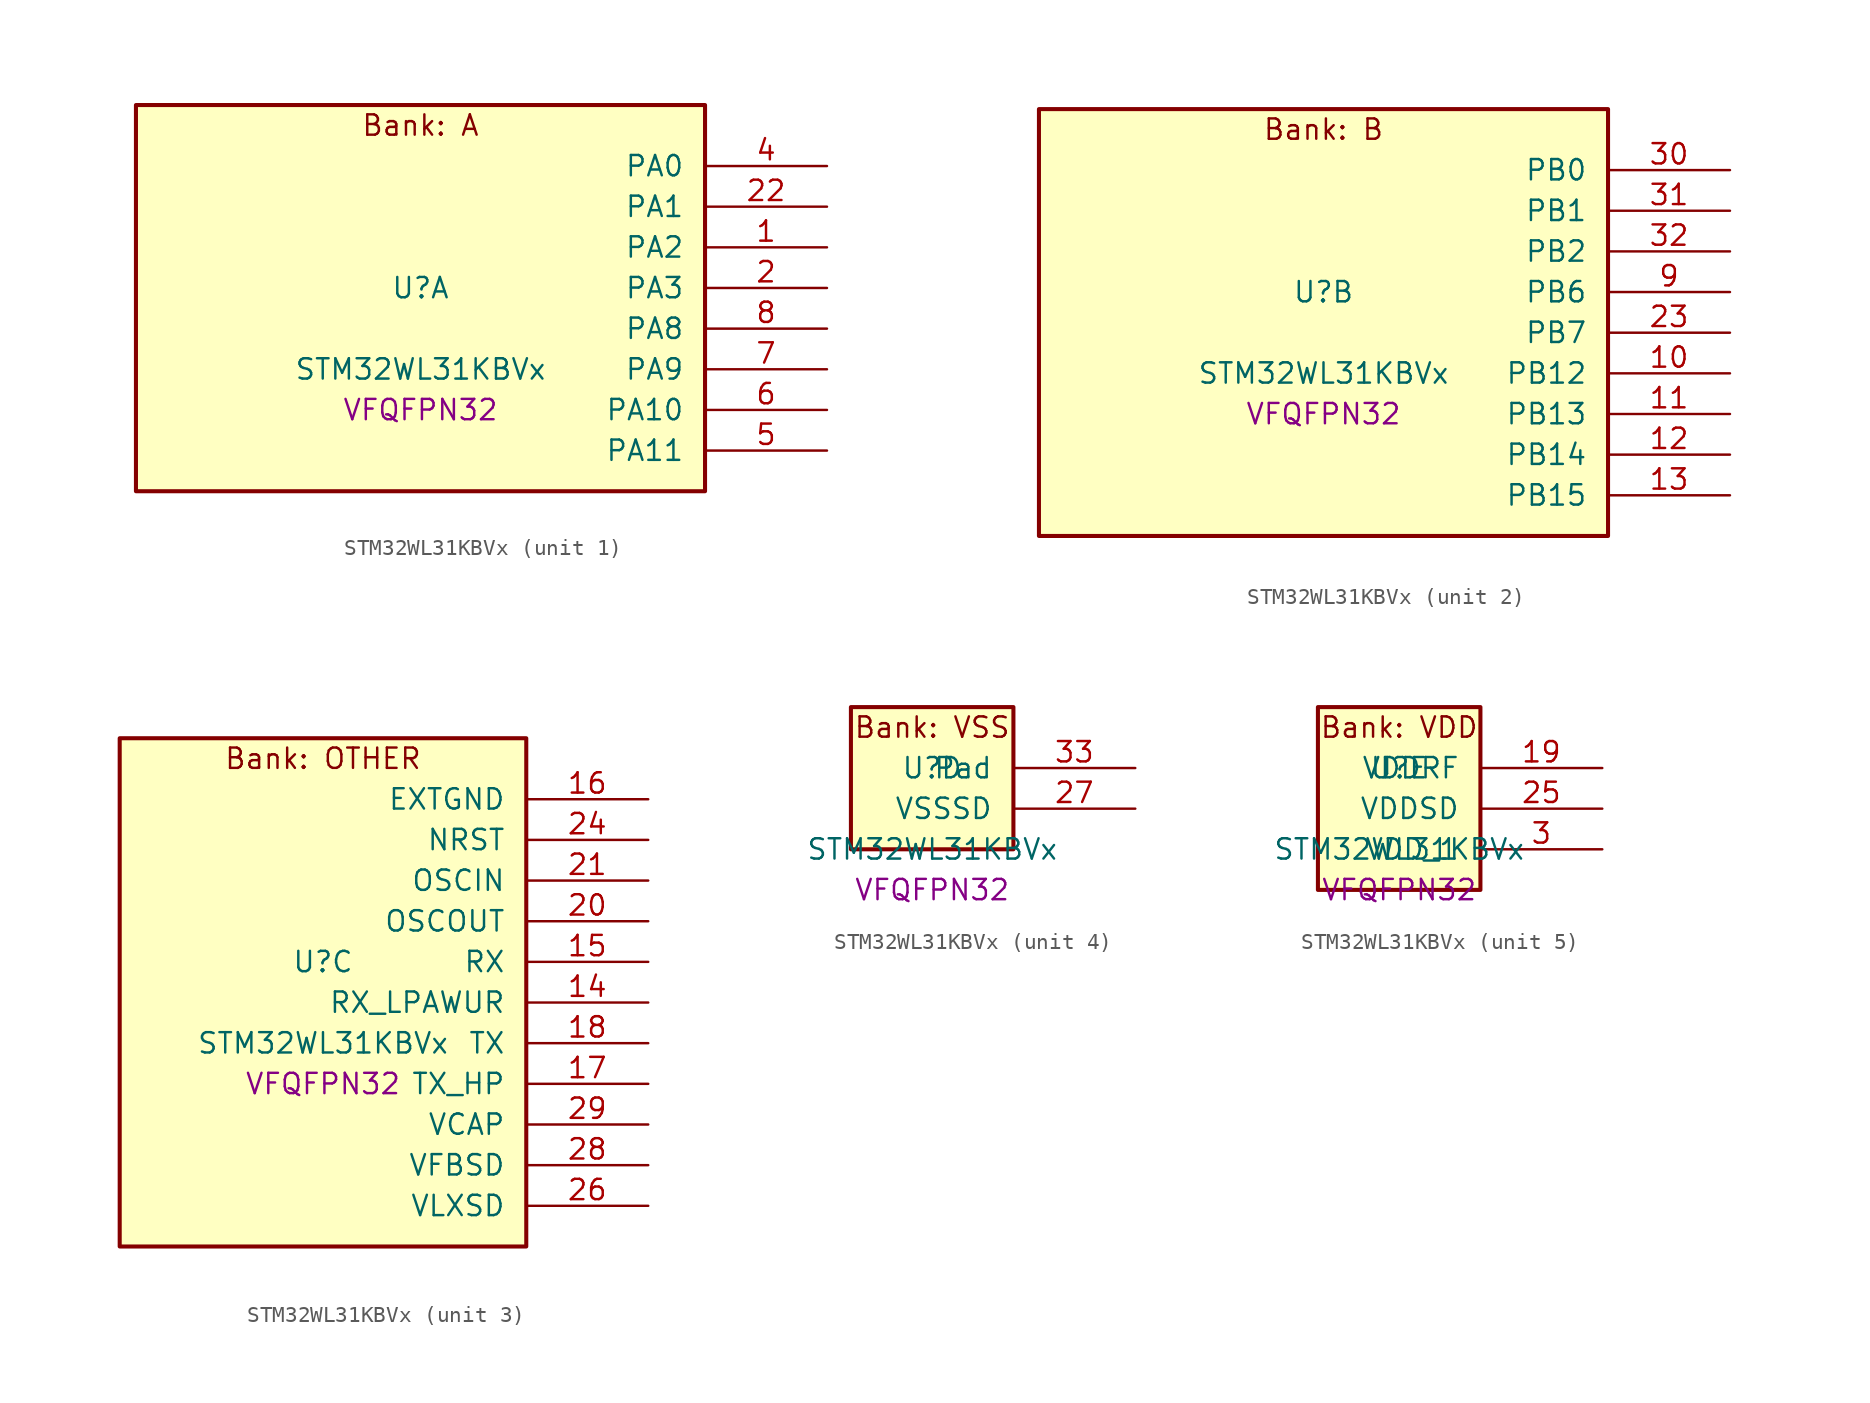
<source format=kicad_sym>
(kicad_symbol_lib
  (version 20241209)
  (generator "stm32_pkl_generator")
  (generator_version "1.0")
  (symbol "STM32WL31KBVx"
    (pin_names
      (offset 1.27))
    (property "Reference" "U"
      (at 0 2.54 0))
    (property "Value" "STM32WL31KBVx"
      (at 0 -2.54 0))
    (property "Footprint" "VFQFPN32"
      (at 0 -5.08 0))
    (symbol "STM32WL31KBVx_1_1"
      (rectangle (start -17.78 13.97) (end 17.78 -10.16) (stroke (width 0.254) (type solid)) (fill (type background)))
      (text "Bank: A" (at 0 12.7 0))
      (pin bidirectional line (at 25.4 10.16 180) (length 7.62) (name "PA0") (number "4") (alternate "PA0/I2C1_SCL" bidirectional line) (alternate "PA0/PWR_WKUP12" bidirectional line) (alternate "PA0/TIM2_CH3" bidirectional line) (alternate "PA0/USART1_CTS" bidirectional line))
      (pin bidirectional line (at 25.4 7.62 180) (length 7.62) (name "PA1") (number "22") (alternate "PA1/I2C1_SDA" bidirectional line) (alternate "PA1/PWR_WKUP13" bidirectional line) (alternate "PA1/TIM16_BRK" bidirectional line) (alternate "PA1/TIM2_CH4" bidirectional line) (alternate "PA1/USART1_TX" bidirectional line))
      (pin bidirectional line (at 25.4 5.08 180) (length 7.62) (name "PA2") (number "1") (alternate "PA2/ADC1_VINM2" bidirectional line) (alternate "PA2/DEBUG_SWDIO" bidirectional line) (alternate "PA2/PWR_WKUP14" bidirectional line) (alternate "PA2/TIM16_CH1" bidirectional line) (alternate "PA2/TIM2_CH1" bidirectional line) (alternate "PA2/USART1_CK" bidirectional line))
      (pin bidirectional line (at 25.4 2.54 180) (length 7.62) (name "PA3") (number "2") (alternate "PA3/ADC1_VINP2" bidirectional line) (alternate "PA3/DEBUG_SWCLK" bidirectional line) (alternate "PA3/PWR_WKUP15" bidirectional line) (alternate "PA3/SPI3_SCK" bidirectional line) (alternate "PA3/TIM16_CH1N" bidirectional line) (alternate "PA3/TIM2_CH2" bidirectional line) (alternate "PA3/USART1_DE" bidirectional line) (alternate "PA3/USART1_RTS" bidirectional line))
      (pin bidirectional line (at 25.4 0 180) (length 7.62) (name "PA8") (number "8") (alternate "PA8/MRSUBG_RX_SEQUENCE" bidirectional line) (alternate "PA8/PWR_WKUP8" bidirectional line) (alternate "PA8/RTC_OUT" bidirectional line) (alternate "PA8/RTC_TAMP1" bidirectional line) (alternate "PA8/RTC_TS" bidirectional line) (alternate "PA8/SPI3_MISO" bidirectional line) (alternate "PA8/TIM2_CH3" bidirectional line) (alternate "PA8/USART1_RX" bidirectional line))
      (pin bidirectional line (at 25.4 -2.54 180) (length 7.62) (name "PA9") (number "7") (alternate "PA9/PWR_WKUP9" bidirectional line) (alternate "PA9/RTC_OUT" bidirectional line) (alternate "PA9/SPI3_NSS" bidirectional line) (alternate "PA9/TIM2_CH4" bidirectional line) (alternate "PA9/USART1_TX" bidirectional line))
      (pin bidirectional line (at 25.4 -5.08 180) (length 7.62) (name "PA10") (number "6") (alternate "PA10/LPUART1_CTS" bidirectional line) (alternate "PA10/MRSUBG_TX_DATA" bidirectional line) (alternate "PA10/MRSUBG_TX_SEQUENCE" bidirectional line) (alternate "PA10/PWR_WKUP10" bidirectional line))
      (pin bidirectional line (at 25.4 -7.62 180) (length 7.62) (name "PA11") (number "5") (alternate "PA11/MRSUBG_RX_SEQUENCE" bidirectional line) (alternate "PA11/MRSUBG_TX_CLOCK" bidirectional line) (alternate "PA11/PWR_WKUP11" bidirectional line) (alternate "PA11/RCC_MCO" bidirectional line) (alternate "PA11/SPI3_MOSI" bidirectional line)))
    (symbol "STM32WL31KBVx_2_1"
      (rectangle (start -17.78 13.97) (end 17.78 -12.7) (stroke (width 0.254) (type solid)) (fill (type background)))
      (text "Bank: B" (at 0 12.7 0))
      (pin bidirectional line (at 25.4 10.16 180) (length 7.62) (name "PB0") (number "30") (alternate "PB0/ADC1_VINM1" bidirectional line) (alternate "PB0/LPUART1_DE" bidirectional line) (alternate "PB0/LPUART1_RTS" bidirectional line) (alternate "PB0/MRSUBG_ANTENNA_SWITCH" bidirectional line) (alternate "PB0/PWR_WKUP0" bidirectional line) (alternate "PB0/TIM16_CH1" bidirectional line) (alternate "PB0/USART1_RX" bidirectional line))
      (pin bidirectional line (at 25.4 7.62 180) (length 7.62) (name "PB1") (number "31") (alternate "PB1/ADC1_VINP1" bidirectional line) (alternate "PB1/DEBUG_SWDIO" bidirectional line) (alternate "PB1/MRSUBG_RX_DATA" bidirectional line) (alternate "PB1/PWR_WKUP1" bidirectional line) (alternate "PB1/TIM16_CH1N" bidirectional line) (alternate "PB1/USART1_CK" bidirectional line))
      (pin bidirectional line (at 25.4 5.08 180) (length 7.62) (name "PB2") (number "32") (alternate "PB2/ADC1_VINM0" bidirectional line) (alternate "PB2/DEBUG_SWCLK" bidirectional line) (alternate "PB2/MRSUBG_RX_CLOCK" bidirectional line) (alternate "PB2/PWR_WKUP2" bidirectional line) (alternate "PB2/TIM16_BRK" bidirectional line) (alternate "PB2/USART1_DE" bidirectional line) (alternate "PB2/USART1_RTS" bidirectional line))
      (pin bidirectional line (at 25.4 2.54 180) (length 7.62) (name "PB6") (number "9") (alternate "PB6/I2C1_SCL" bidirectional line) (alternate "PB6/LPUART1_TX" bidirectional line) (alternate "PB6/PWR_WKUP6" bidirectional line) (alternate "PB6/SPI3_SCK" bidirectional line) (alternate "PB6/TIM2_CH3" bidirectional line))
      (pin bidirectional line (at 25.4 0 180) (length 7.62) (name "PB7") (number "23") (alternate "PB7/I2C1_SDA" bidirectional line) (alternate "PB7/LPUART1_RX" bidirectional line) (alternate "PB7/PWR_WKUP7" bidirectional line) (alternate "PB7/SPI3_MOSI" bidirectional line) (alternate "PB7/TIM2_ETR" bidirectional line))
      (pin bidirectional line (at 25.4 -2.54 180) (length 7.62) (name "PB12") (number "10") (alternate "PB12/LPUART1_CTS" bidirectional line) (alternate "PB12/RCC_LCO" bidirectional line) (alternate "PB12/RCC_OSC32_OUT" bidirectional line) (alternate "PB12/TIM2_CH3" bidirectional line) (alternate "PB12/USART1_DE" bidirectional line) (alternate "PB12/USART1_RTS" bidirectional line))
      (pin bidirectional line (at 25.4 -5.08 180) (length 7.62) (name "PB13") (number "11") (alternate "PB13/RCC_OSC32_IN" bidirectional line) (alternate "PB13/TIM2_CH4" bidirectional line))
      (pin bidirectional line (at 25.4 -7.62 180) (length 7.62) (name "PB14") (number "12") (alternate "PB14/I2C1_SMBA" bidirectional line) (alternate "PB14/MRSUBG_TX_SEQUENCE" bidirectional line) (alternate "PB14/PWR_PVD_IN" bidirectional line) (alternate "PB14/RCC_MCO" bidirectional line) (alternate "PB14/TIM2_ETR" bidirectional line) (alternate "PB14/USART1_RX" bidirectional line))
      (pin bidirectional line (at 25.4 -10.16 180) (length 7.62) (name "PB15") (number "13") (alternate "PB15/USART1_TX" bidirectional line)))
    (symbol "STM32WL31KBVx_3_1"
      (rectangle (start -12.7 16.51) (end 12.7 -15.24) (stroke (width 0.254) (type solid)) (fill (type background)))
      (text "Bank: OTHER" (at 0 15.24 0))
      (pin power_in line (at 20.32 12.7 180) (length 7.62) (name "EXTGND") (number "16"))
      (pin input line (at 20.32 10.16 180) (length 7.62) (name "NRST") (number "24"))
      (pin bidirectional line (at 20.32 7.62 180) (length 7.62) (name "OSCIN") (number "21") (alternate "OSCIN/RCC_OSC_IN" bidirectional line))
      (pin bidirectional line (at 20.32 5.08 180) (length 7.62) (name "OSCOUT") (number "20") (alternate "OSCOUT/RCC_OSC_OUT" bidirectional line))
      (pin input line (at 20.32 2.54 180) (length 7.62) (name "RX") (number "15"))
      (pin input line (at 20.32 0 180) (length 7.62) (name "RX_LPAWUR") (number "14"))
      (pin input line (at 20.32 -2.54 180) (length 7.62) (name "TX") (number "18"))
      (pin input line (at 20.32 -5.08 180) (length 7.62) (name "TX_HP") (number "17"))
      (pin power_in line (at 20.32 -7.62 180) (length 7.62) (name "VCAP") (number "29"))
      (pin power_in line (at 20.32 -10.16 180) (length 7.62) (name "VFBSD") (number "28"))
      (pin power_in line (at 20.32 -12.7 180) (length 7.62) (name "VLXSD") (number "26")))
    (symbol "STM32WL31KBVx_4_1"
      (rectangle (start -5.08 6.35) (end 5.08 -2.54) (stroke (width 0.254) (type solid)) (fill (type background)))
      (text "Bank: VSS" (at 0 5.08 0))
      (pin passive line (at 12.7 2.54 180) (length 7.62) (name "Pad") (number "33"))
      (pin power_in line (at 12.7 0 180) (length 7.62) (name "VSSSD") (number "27")))
    (symbol "STM32WL31KBVx_5_1"
      (rectangle (start -5.08 6.35) (end 5.08 -5.08) (stroke (width 0.254) (type solid)) (fill (type background)))
      (text "Bank: VDD" (at 0 5.08 0))
      (pin power_in line (at 12.7 2.54 180) (length 7.62) (name "VDDRF") (number "19"))
      (pin power_in line (at 12.7 0 180) (length 7.62) (name "VDDSD") (number "25"))
      (pin power_in line (at 12.7 -2.54 180) (length 7.62) (name "VDD_1") (number "3")))))
</source>
